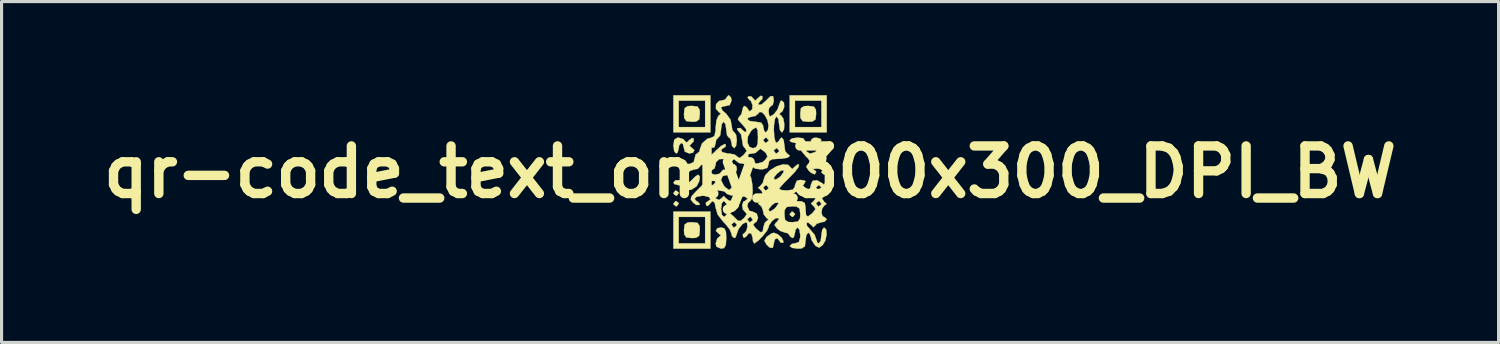
<source format=kicad_pcb>
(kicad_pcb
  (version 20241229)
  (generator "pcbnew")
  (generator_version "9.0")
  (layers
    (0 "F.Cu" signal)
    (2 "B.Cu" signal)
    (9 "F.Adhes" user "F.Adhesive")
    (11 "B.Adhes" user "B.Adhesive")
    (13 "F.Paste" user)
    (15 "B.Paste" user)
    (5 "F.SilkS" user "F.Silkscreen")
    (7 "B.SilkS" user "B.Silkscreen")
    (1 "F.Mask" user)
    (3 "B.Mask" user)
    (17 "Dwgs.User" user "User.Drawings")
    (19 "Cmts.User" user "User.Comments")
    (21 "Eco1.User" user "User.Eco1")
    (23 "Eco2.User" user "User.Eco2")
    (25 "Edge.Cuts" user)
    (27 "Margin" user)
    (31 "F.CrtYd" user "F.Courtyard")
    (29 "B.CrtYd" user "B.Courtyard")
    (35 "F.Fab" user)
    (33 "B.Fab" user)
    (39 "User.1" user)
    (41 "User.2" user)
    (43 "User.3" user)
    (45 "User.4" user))
  (footprint "qr-code_text_only_300x300_DPI_BW"
    (layer "F.Cu")
    (at 20.98 2.46)
    (property "Reference" "qr-code_text_only_300x300_DPI_BW" (at 0 0 0) (layer "F.SilkS") (effects (font (size 1.524 1.524) (thickness 0.3))))
    (attr through_hole)
    (fp_poly (pts (xy -2.288 0.657) (xy -2.286 0.677) (xy -2.35 0.76) (xy -2.371 0.762) (xy -2.453 0.698) (xy -2.455 0.677) (xy -2.391 0.595) (xy -2.371 0.593) (xy -2.288 0.657)) (stroke (width 0.01) (type solid)) (fill yes) (layer "F.SilkS"))
    (fp_poly (pts (xy -2.288 0.996) (xy -2.286 1.016) (xy -2.35 1.098) (xy -2.371 1.101) (xy -2.453 1.036) (xy -2.455 1.016) (xy -2.391 0.934) (xy -2.371 0.931) (xy -2.288 0.996)) (stroke (width 0.01) (type solid)) (fill yes) (layer "F.SilkS"))
    (fp_poly (pts (xy 1.437 1.334) (xy 1.439 1.355) (xy 1.375 1.437) (xy 1.355 1.439) (xy 1.272 1.375) (xy 1.27 1.355) (xy 1.334 1.272) (xy 1.355 1.27) (xy 1.437 1.334)) (stroke (width 0.01) (type solid)) (fill yes) (layer "F.SilkS"))
    (fp_poly (pts (xy 2.254 -1.065) (xy 2.286 -1.016) (xy 2.215 -0.947) (xy 2.117 -0.931) (xy 1.979 -0.967) (xy 1.947 -1.016) (xy 2.018 -1.085) (xy 2.117 -1.101) (xy 2.254 -1.065)) (stroke (width 0.01) (type solid)) (fill yes) (layer "F.SilkS"))
    (fp_poly (pts (xy 2.453 -0.02) (xy 2.455 0) (xy 2.391 0.082) (xy 2.371 0.085) (xy 2.288 0.02) (xy 2.286 0) (xy 2.35 -0.082) (xy 2.371 -0.085) (xy 2.453 -0.02)) (stroke (width 0.01) (type solid)) (fill yes) (layer "F.SilkS"))
    (fp_poly (pts (xy -1.27 -1.27) (xy -2.455 -1.27) (xy -2.455 -2.286) (xy -2.286 -2.286) (xy -2.286 -1.439) (xy -1.439 -1.439) (xy -1.439 -2.286) (xy -2.286 -2.286) (xy -2.455 -2.286) (xy -2.455 -2.455) (xy -1.27 -2.455) (xy -1.27 -1.27)) (stroke (width 0.01) (type solid)) (fill yes) (layer "F.SilkS"))
    (fp_poly (pts (xy -1.27 2.455) (xy -2.455 2.455) (xy -2.455 1.439) (xy -2.286 1.439) (xy -2.286 2.286) (xy -1.439 2.286) (xy -1.439 1.439) (xy -2.286 1.439) (xy -2.455 1.439) (xy -2.455 1.27) (xy -1.27 1.27) (xy -1.27 2.455)) (stroke (width 0.01) (type solid)) (fill yes) (layer "F.SilkS"))
    (fp_poly (pts (xy 2.455 -1.27) (xy 1.27 -1.27) (xy 1.27 -2.286) (xy 1.439 -2.286) (xy 1.439 -1.439) (xy 2.286 -1.439) (xy 2.286 -2.286) (xy 1.439 -2.286) (xy 1.27 -2.286) (xy 1.27 -2.455) (xy 2.455 -2.455) (xy 2.455 -1.27)) (stroke (width 0.01) (type solid)) (fill yes) (layer "F.SilkS"))
    (fp_poly (pts (xy -1.683 -2.096) (xy -1.616 -1.997) (xy -1.609 -1.863) (xy -1.63 -1.683) (xy -1.729 -1.616) (xy -1.863 -1.609) (xy -2.043 -1.63) (xy -2.109 -1.729) (xy -2.117 -1.863) (xy -2.096 -2.043) (xy -1.997 -2.109) (xy -1.863 -2.117) (xy -1.683 -2.096)) (stroke (width 0.01) (type solid)) (fill yes) (layer "F.SilkS"))
    (fp_poly (pts (xy -1.683 1.63) (xy -1.616 1.729) (xy -1.609 1.863) (xy -1.63 2.043) (xy -1.729 2.109) (xy -1.863 2.117) (xy -2.043 2.096) (xy -2.109 1.997) (xy -2.117 1.863) (xy -2.096 1.683) (xy -1.997 1.616) (xy -1.863 1.609) (xy -1.683 1.63)) (stroke (width 0.01) (type solid)) (fill yes) (layer "F.SilkS"))
    (fp_poly (pts (xy 2.043 -2.096) (xy 2.109 -1.997) (xy 2.117 -1.863) (xy 2.096 -1.683) (xy 1.997 -1.616) (xy 1.863 -1.609) (xy 1.683 -1.63) (xy 1.616 -1.729) (xy 1.609 -1.863) (xy 1.63 -2.043) (xy 1.729 -2.109) (xy 1.863 -2.117) (xy 2.043 -2.096)) (stroke (width 0.01) (type solid)) (fill yes) (layer "F.SilkS"))
    (fp_poly (pts (xy -0.821 1.806) (xy -0.772 1.921) (xy -0.762 2.117) (xy -0.776 2.338) (xy -0.834 2.436) (xy -0.931 2.455) (xy -1.074 2.395) (xy -1.101 2.293) (xy -1.052 2.134) (xy -0.995 2.081) (xy -0.933 2.026) (xy -0.995 1.983) (xy -1.096 1.887) (xy -1.049 1.802) (xy -0.931 1.778) (xy -0.821 1.806)) (stroke (width 0.01) (type solid)) (fill yes) (layer "F.SilkS"))
    (fp_poly (pts (xy 0.893 1.998) (xy 1.014 2.109) (xy 1.071 2.225) (xy 1.057 2.269) (xy 0.978 2.262) (xy 0.955 2.223) (xy 0.873 2.121) (xy 0.79 2.161) (xy 0.762 2.286) (xy 0.728 2.431) (xy 0.628 2.421) (xy 0.525 2.324) (xy 0.459 2.201) (xy 0.533 2.079) (xy 0.54 2.073) (xy 0.685 1.969) (xy 0.762 1.947) (xy 0.893 1.998)) (stroke (width 0.01) (type solid)) (fill yes) (layer "F.SilkS"))
    (fp_poly (pts (xy -1.609 0.147) (xy -1.626 0.288) (xy -1.7 0.438) (xy -1.73 0.472) (xy -1.881 0.567) (xy -2.031 0.588) (xy -2.114 0.53) (xy -2.117 0.508) (xy -2.188 0.439) (xy -2.286 0.423) (xy -2.424 0.388) (xy -2.455 0.339) (xy -2.392 0.267) (xy -2.255 0.26) (xy -2.128 0.312) (xy -2.093 0.36) (xy -2.022 0.393) (xy -1.885 0.275) (xy -1.749 0.14) (xy -1.662 0.085) (xy -1.609 0.147)) (stroke (width 0.01) (type solid)) (fill yes) (layer "F.SilkS"))
    (fp_poly (pts (xy -2.137 -1.052) (xy -2.088 -0.995) (xy -2.03 -0.94) (xy -1.958 -1.014) (xy -1.856 -1.088) (xy -1.806 -1.072) (xy -1.808 -0.979) (xy -1.865 -0.92) (xy -1.94 -0.838) (xy -1.884 -0.791) (xy -1.783 -0.702) (xy -1.826 -0.619) (xy -1.947 -0.593) (xy -2.089 -0.653) (xy -2.117 -0.762) (xy -2.152 -0.9) (xy -2.201 -0.931) (xy -2.27 -0.86) (xy -2.286 -0.762) (xy -2.321 -0.624) (xy -2.371 -0.593) (xy -2.43 -0.666) (xy -2.455 -0.844) (xy -2.455 -0.847) (xy -2.428 -1.034) (xy -2.327 -1.099) (xy -2.293 -1.101) (xy -2.137 -1.052)) (stroke (width 0.01) (type solid)) (fill yes) (layer "F.SilkS"))
    (fp_poly (pts (xy 1.704 -1.08) (xy 1.77 -0.981) (xy 1.778 -0.847) (xy 1.806 -0.659) (xy 1.906 -0.595) (xy 1.94 -0.593) (xy 2.092 -0.64) (xy 2.138 -0.698) (xy 2.199 -0.746) (xy 2.314 -0.661) (xy 2.446 -0.469) (xy 2.429 -0.327) (xy 2.267 -0.257) (xy 2.201 -0.254) (xy 2.023 -0.229) (xy 1.947 -0.17) (xy 1.947 -0.169) (xy 2.012 -0.087) (xy 2.032 -0.085) (xy 2.114 -0.02) (xy 2.117 0) (xy 2.071 0.078) (xy 1.955 0.026) (xy 1.872 -0.054) (xy 1.798 -0.171) (xy 1.855 -0.249) (xy 1.869 -0.258) (xy 1.926 -0.333) (xy 1.854 -0.439) (xy 1.796 -0.492) (xy 1.783 -0.508) (xy 2.117 -0.508) (xy 2.181 -0.426) (xy 2.201 -0.423) (xy 2.284 -0.488) (xy 2.286 -0.508) (xy 2.222 -0.59) (xy 2.201 -0.593) (xy 2.119 -0.528) (xy 2.117 -0.508) (xy 1.783 -0.508) (xy 1.659 -0.655) (xy 1.609 -0.793) (xy 1.538 -0.908) (xy 1.439 -0.931) (xy 1.302 -0.967) (xy 1.27 -1.016) (xy 1.344 -1.075) (xy 1.521 -1.101) (xy 1.524 -1.101) (xy 1.704 -1.08)) (stroke (width 0.01) (type solid)) (fill yes) (layer "F.SilkS"))
    (fp_poly (pts (xy -0.609 -2.384) (xy -0.593 -2.286) (xy -0.653 -2.144) (xy -0.762 -2.117) (xy -0.9 -2.089) (xy -0.931 -2.051) (xy -0.87 -1.956) (xy -0.762 -1.863) (xy -0.625 -1.675) (xy -0.593 -1.505) (xy -0.566 -1.335) (xy -0.508 -1.27) (xy -0.449 -1.196) (xy -0.423 -1.019) (xy -0.423 -1.016) (xy -0.448 -0.838) (xy -0.507 -0.762) (xy -0.508 -0.762) (xy -0.577 -0.833) (xy -0.593 -0.931) (xy -0.628 -1.069) (xy -0.677 -1.101) (xy -0.737 -1.174) (xy -0.762 -1.352) (xy -0.762 -1.355) (xy -0.787 -1.533) (xy -0.846 -1.609) (xy -0.847 -1.609) (xy -0.906 -1.535) (xy -0.931 -1.358) (xy -0.931 -1.355) (xy -0.956 -1.176) (xy -1.015 -1.101) (xy -1.016 -1.101) (xy -1.085 -1.03) (xy -1.101 -0.931) (xy -1.142 -0.789) (xy -1.228 -0.774) (xy -1.294 -0.868) (xy -1.368 -0.925) (xy -1.404 -0.906) (xy -1.408 -0.812) (xy -1.352 -0.757) (xy -1.27 -0.68) (xy -1.341 -0.604) (xy -1.352 -0.597) (xy -1.43 -0.503) (xy -1.418 -0.459) (xy -1.332 -0.479) (xy -1.18 -0.598) (xy -1.101 -0.677) (xy -0.934 -0.83) (xy -0.811 -0.896) (xy -0.781 -0.889) (xy -0.786 -0.809) (xy -0.826 -0.786) (xy -0.93 -0.71) (xy -0.891 -0.636) (xy -0.732 -0.594) (xy -0.684 -0.593) (xy -0.496 -0.561) (xy -0.402 -0.488) (xy -0.337 -0.446) (xy -0.206 -0.544) (xy -0.187 -0.569) (xy -0.062 -0.569) (xy -0.057 -0.481) (xy 0.021 -0.381) (xy 0.206 -0.266) (xy 0.403 -0.318) (xy 0.478 -0.381) (xy 0.558 -0.492) (xy 0.513 -0.597) (xy 0.457 -0.655) (xy 0.427 -0.677) (xy 0.762 -0.677) (xy 0.826 -0.595) (xy 0.847 -0.593) (xy 0.929 -0.657) (xy 0.931 -0.677) (xy 0.867 -0.76) (xy 0.847 -0.762) (xy 0.764 -0.698) (xy 0.762 -0.677) (xy 0.427 -0.677) (xy 0.334 -0.745) (xy 0.275 -0.698) (xy 0.172 -0.61) (xy 0.078 -0.593) (xy -0.062 -0.569) (xy -0.187 -0.569) (xy -0.107 -0.677) (xy -0.149 -0.741) (xy -0.225 -0.842) (xy -0.243 -0.951) (xy -0.085 -0.951) (xy -0.021 -0.805) (xy 0.085 -0.762) (xy 0.195 -0.79) (xy 0.244 -0.905) (xy 0.25 -1.016) (xy 0.423 -1.016) (xy 0.488 -0.934) (xy 0.508 -0.931) (xy 0.59 -0.996) (xy 0.593 -1.016) (xy 0.528 -1.098) (xy 0.508 -1.101) (xy 0.426 -1.036) (xy 0.423 -1.016) (xy 0.25 -1.016) (xy 0.254 -1.101) (xy 0.243 -1.339) (xy 0.197 -1.426) (xy 0.101 -1.379) (xy 0.036 -1.318) (xy -0.068 -1.142) (xy -0.085 -0.951) (xy -0.243 -0.951) (xy -0.254 -1.016) (xy -0.287 -1.202) (xy -0.36 -1.294) (xy -0.417 -1.368) (xy -0.398 -1.404) (xy -0.305 -1.408) (xy -0.254 -1.355) (xy -0.161 -1.28) (xy -0.118 -1.293) (xy -0.132 -1.383) (xy -0.247 -1.522) (xy -0.262 -1.535) (xy -0.388 -1.68) (xy -0.383 -1.693) (xy -0.085 -1.693) (xy -0.011 -1.634) (xy 0.166 -1.609) (xy 0.169 -1.609) (xy 0.355 -1.582) (xy 0.421 -1.483) (xy 0.423 -1.439) (xy 0.459 -1.302) (xy 0.508 -1.27) (xy 0.571 -1.343) (xy 0.593 -1.488) (xy 0.557 -1.663) (xy 0.473 -1.82) (xy 0.374 -1.919) (xy 0.293 -1.917) (xy 0.275 -1.883) (xy 0.172 -1.795) (xy 0.078 -1.778) (xy -0.056 -1.741) (xy -0.085 -1.693) (xy -0.383 -1.693) (xy -0.361 -1.754) (xy -0.36 -1.754) (xy -0.271 -1.86) (xy -0.254 -1.954) (xy -0.217 -2.088) (xy -0.169 -2.117) (xy -0.087 -2.052) (xy -0.085 -2.032) (xy -0.02 -1.95) (xy 0 -1.947) (xy 0.071 -2.011) (xy 0.079 -2.147) (xy 0.027 -2.275) (xy -0.021 -2.31) (xy -0.078 -2.384) (xy -0.059 -2.42) (xy 0.035 -2.424) (xy 0.089 -2.368) (xy 0.167 -2.286) (xy 0.242 -2.357) (xy 0.249 -2.368) (xy 0.347 -2.443) (xy 0.395 -2.427) (xy 0.393 -2.336) (xy 0.339 -2.286) (xy 0.264 -2.193) (xy 0.277 -2.15) (xy 0.368 -2.162) (xy 0.496 -2.272) (xy 0.652 -2.425) (xy 0.736 -2.431) (xy 0.762 -2.292) (xy 0.762 -2.286) (xy 0.727 -2.148) (xy 0.677 -2.117) (xy 0.609 -2.046) (xy 0.593 -1.947) (xy 0.613 -1.81) (xy 0.641 -1.778) (xy 0.758 -1.845) (xy 0.875 -1.993) (xy 0.931 -2.146) (xy 0.931 -2.153) (xy 0.975 -2.269) (xy 1.016 -2.286) (xy 1.087 -2.222) (xy 1.094 -2.084) (xy 1.042 -1.951) (xy 0.995 -1.912) (xy 0.933 -1.856) (xy 0.995 -1.813) (xy 1.065 -1.712) (xy 1.097 -1.541) (xy 1.088 -1.371) (xy 1.035 -1.274) (xy 1.016 -1.27) (xy 0.957 -1.344) (xy 0.931 -1.521) (xy 0.931 -1.524) (xy 0.907 -1.702) (xy 0.848 -1.778) (xy 0.847 -1.778) (xy 0.798 -1.702) (xy 0.768 -1.507) (xy 0.762 -1.355) (xy 0.777 -1.113) (xy 0.816 -0.96) (xy 0.847 -0.931) (xy 0.929 -0.996) (xy 0.931 -1.016) (xy 0.996 -1.098) (xy 1.016 -1.101) (xy 1.075 -1.027) (xy 1.101 -0.85) (xy 1.101 -0.847) (xy 1.125 -0.668) (xy 1.184 -0.593) (xy 1.185 -0.593) (xy 1.268 -0.528) (xy 1.27 -0.508) (xy 1.195 -0.455) (xy 1.007 -0.425) (xy 0.931 -0.423) (xy 0.71 -0.409) (xy 0.612 -0.352) (xy 0.593 -0.254) (xy 0.553 -0.13) (xy 0.404 -0.086) (xy 0.339 -0.085) (xy 0.16 -0.109) (xy 0.085 -0.168) (xy 0.085 -0.169) (xy 0.011 -0.229) (xy -0.162 -0.254) (xy -0.353 -0.287) (xy -0.452 -0.36) (xy -0.512 -0.414) (xy -0.593 -0.339) (xy -0.683 -0.262) (xy -0.733 -0.318) (xy -0.841 -0.417) (xy -0.987 -0.412) (xy -1.089 -0.315) (xy -1.101 -0.254) (xy -1.136 -0.116) (xy -1.185 -0.085) (xy -1.268 -0.02) (xy -1.27 0) (xy -1.199 0.069) (xy -1.101 0.085) (xy -0.963 0.049) (xy -0.931 0) (xy -0.86 -0.069) (xy -0.762 -0.085) (xy -0.624 -0.12) (xy -0.593 -0.169) (xy -0.528 -0.252) (xy -0.508 -0.254) (xy -0.439 -0.183) (xy -0.423 -0.085) (xy -0.463 0.039) (xy -0.612 0.083) (xy -0.677 0.085) (xy -0.876 0.131) (xy -0.932 0.257) (xy -0.84 0.438) (xy -0.79 0.492) (xy -0.671 0.578) (xy -0.614 0.528) (xy -0.511 0.441) (xy -0.416 0.423) (xy -0.297 0.38) (xy -0.255 0.223) (xy -0.254 0.169) (xy -0.237 -0.029) (xy -0.174 -0.072) (xy -0.044 0.028) (xy -0.036 0.036) (xy 0.03 0.173) (xy 0.071 0.388) (xy 0.084 0.624) (xy 0.067 0.822) (xy 0.017 0.927) (xy 0 0.931) (xy -0.069 1.002) (xy -0.085 1.101) (xy -0.025 1.242) (xy 0.085 1.27) (xy 0.213 1.333) (xy 0.258 1.468) (xy 0.206 1.596) (xy 0.149 1.63) (xy 0.1 1.691) (xy 0.185 1.806) (xy 0.334 1.929) (xy 0.407 1.911) (xy 0.423 1.785) (xy 0.472 1.626) (xy 0.529 1.573) (xy 0.591 1.518) (xy 0.529 1.475) (xy 0.439 1.358) (xy 0.438 1.355) (xy 1.101 1.355) (xy 1.122 1.535) (xy 1.221 1.601) (xy 1.355 1.609) (xy 1.535 1.588) (xy 1.601 1.489) (xy 1.609 1.355) (xy 1.588 1.175) (xy 1.489 1.108) (xy 1.355 1.101) (xy 1.175 1.122) (xy 1.108 1.221) (xy 1.101 1.355) (xy 0.438 1.355) (xy 0.423 1.27) (xy 0.408 1.222) (xy 0.593 1.222) (xy 0.641 1.267) (xy 0.768 1.189) (xy 0.82 1.139) (xy 0.905 1.017) (xy 0.903 0.96) (xy 0.82 0.975) (xy 0.699 1.066) (xy 0.607 1.177) (xy 0.593 1.222) (xy 0.408 1.222) (xy 0.372 1.114) (xy 0.318 1.065) (xy 0.255 1.01) (xy 0.318 0.967) (xy 0.408 0.85) (xy 0.423 0.762) (xy 0.372 0.606) (xy 0.318 0.557) (xy 0.262 0.508) (xy 0.423 0.508) (xy 0.488 0.59) (xy 0.508 0.593) (xy 0.59 0.528) (xy 0.593 0.508) (xy 0.528 0.426) (xy 0.508 0.423) (xy 0.426 0.488) (xy 0.423 0.508) (xy 0.262 0.508) (xy 0.255 0.502) (xy 0.318 0.459) (xy 0.414 0.34) (xy 0.423 0.285) (xy 0.451 0.206) (xy 0.762 0.206) (xy 0.81 0.251) (xy 0.937 0.173) (xy 0.99 0.123) (xy 1.074 0.001) (xy 1.072 -0.056) (xy 0.989 -0.041) (xy 0.868 0.05) (xy 0.776 0.161) (xy 0.762 0.206) (xy 0.451 0.206) (xy 0.485 0.106) (xy 0.642 -0.057) (xy 0.848 -0.181) (xy 1.058 -0.245) (xy 1.227 -0.226) (xy 1.299 -0.148) (xy 1.356 -0.093) (xy 1.428 -0.167) (xy 1.527 -0.245) (xy 1.572 -0.234) (xy 1.548 -0.15) (xy 1.426 0.009) (xy 1.281 0.159) (xy 1.091 0.349) (xy 0.964 0.491) (xy 0.931 0.544) (xy 1.005 0.578) (xy 1.183 0.593) (xy 1.185 0.593) (xy 1.371 0.566) (xy 1.437 0.467) (xy 1.439 0.423) (xy 1.499 0.282) (xy 1.609 0.254) (xy 1.746 0.273) (xy 1.778 0.3) (xy 1.715 0.409) (xy 1.567 0.556) (xy 1.392 0.689) (xy 1.25 0.76) (xy 1.232 0.762) (xy 1.116 0.807) (xy 1.101 0.847) (xy 1.176 0.9) (xy 1.363 0.929) (xy 1.439 0.931) (xy 1.656 0.941) (xy 1.753 0.996) (xy 1.777 1.131) (xy 1.778 1.185) (xy 1.794 1.383) (xy 1.858 1.425) (xy 1.992 1.322) (xy 2.009 1.305) (xy 2.097 1.189) (xy 2.052 1.107) (xy 2.025 1.087) (xy 1.961 1.016) (xy 2.117 1.016) (xy 2.181 1.098) (xy 2.201 1.101) (xy 2.284 1.036) (xy 2.286 1.016) (xy 2.222 0.934) (xy 2.201 0.931) (xy 2.119 0.996) (xy 2.117 1.016) (xy 1.961 1.016) (xy 1.953 1.007) (xy 2.011 0.96) (xy 2.09 0.866) (xy 2.115 0.723) (xy 2.082 0.611) (xy 2.039 0.593) (xy 1.943 0.659) (xy 1.924 0.699) (xy 1.849 0.753) (xy 1.811 0.729) (xy 1.8 0.642) (xy 1.841 0.616) (xy 1.93 0.511) (xy 1.931 0.508) (xy 2.117 0.508) (xy 2.181 0.59) (xy 2.201 0.593) (xy 2.284 0.528) (xy 2.286 0.508) (xy 2.222 0.426) (xy 2.201 0.423) (xy 2.119 0.488) (xy 2.117 0.508) (xy 1.931 0.508) (xy 1.947 0.416) (xy 2.004 0.284) (xy 2.143 0.265) (xy 2.32 0.363) (xy 2.355 0.395) (xy 2.441 0.515) (xy 2.391 0.572) (xy 2.302 0.674) (xy 2.297 0.833) (xy 2.376 0.958) (xy 2.392 0.967) (xy 2.454 1.022) (xy 2.392 1.065) (xy 2.311 1.165) (xy 2.288 1.311) (xy 2.327 1.422) (xy 2.371 1.439) (xy 2.453 1.504) (xy 2.455 1.524) (xy 2.385 1.594) (xy 2.293 1.609) (xy 2.137 1.657) (xy 2.088 1.714) (xy 2.03 1.769) (xy 1.958 1.696) (xy 1.859 1.619) (xy 1.811 1.632) (xy 1.823 1.723) (xy 1.934 1.851) (xy 2.069 2.013) (xy 2.117 2.148) (xy 2.159 2.267) (xy 2.201 2.286) (xy 2.261 2.212) (xy 2.286 2.035) (xy 2.286 2.032) (xy 2.311 1.854) (xy 2.37 1.778) (xy 2.371 1.778) (xy 2.439 1.846) (xy 2.452 2.006) (xy 2.413 2.193) (xy 2.328 2.34) (xy 2.213 2.424) (xy 2.107 2.372) (xy 2.074 2.34) (xy 1.969 2.176) (xy 1.947 2.08) (xy 1.903 1.964) (xy 1.863 1.947) (xy 1.803 2.021) (xy 1.778 2.198) (xy 1.778 2.201) (xy 1.757 2.381) (xy 1.658 2.448) (xy 1.524 2.455) (xy 1.346 2.431) (xy 1.27 2.372) (xy 1.27 2.371) (xy 1.341 2.302) (xy 1.439 2.286) (xy 1.563 2.246) (xy 1.607 2.098) (xy 1.609 2.032) (xy 1.584 1.854) (xy 1.525 1.778) (xy 1.524 1.778) (xy 1.455 1.849) (xy 1.439 1.947) (xy 1.404 2.085) (xy 1.355 2.117) (xy 1.272 2.052) (xy 1.27 2.032) (xy 1.201 1.958) (xy 1.137 1.947) (xy 0.973 1.891) (xy 0.869 1.813) (xy 0.783 1.698) (xy 0.829 1.621) (xy 0.852 1.606) (xy 0.924 1.515) (xy 0.912 1.476) (xy 0.82 1.482) (xy 0.699 1.577) (xy 0.609 1.709) (xy 0.593 1.776) (xy 0.539 1.887) (xy 0.411 2.047) (xy 0.264 2.198) (xy 0.148 2.282) (xy 0.131 2.286) (xy 0.093 2.215) (xy 0.085 2.117) (xy 0.043 1.975) (xy -0.043 1.959) (xy -0.108 2.053) (xy -0.183 2.108) (xy -0.221 2.084) (xy -0.232 1.996) (xy -0.191 1.971) (xy -0.118 1.885) (xy -0.083 1.745) (xy -0.098 1.631) (xy -0.133 1.609) (xy -0.25 1.675) (xy -0.367 1.824) (xy -0.423 1.977) (xy -0.423 1.984) (xy -0.467 2.1) (xy -0.508 2.117) (xy -0.582 2.048) (xy -0.593 1.981) (xy -0.651 1.841) (xy -0.768 1.693) (xy -0.593 1.693) (xy -0.528 1.776) (xy -0.508 1.778) (xy -0.426 1.714) (xy -0.423 1.693) (xy -0.488 1.611) (xy -0.508 1.609) (xy -0.59 1.673) (xy -0.593 1.693) (xy -0.768 1.693) (xy -0.796 1.659) (xy -0.847 1.609) (xy -1.036 1.368) (xy -1.101 1.151) (xy -1.134 0.982) (xy -1.209 0.932) (xy -1.288 1.022) (xy -1.294 1.037) (xy -1.368 1.092) (xy -1.407 1.068) (xy -1.417 0.98) (xy -1.376 0.955) (xy -1.271 0.88) (xy -1.31 0.806) (xy -1.469 0.764) (xy -1.524 0.762) (xy -1.709 0.792) (xy -1.78 0.86) (xy -1.712 0.938) (xy -1.672 0.955) (xy -1.611 1.025) (xy -1.626 1.057) (xy -1.723 1.056) (xy -1.821 0.985) (xy -1.9 0.883) (xy -1.879 0.786) (xy -1.745 0.636) (xy -1.738 0.63) (xy -1.519 0.411) (xy -1.261 0.687) (xy -1.092 0.851) (xy -0.99 0.896) (xy -0.918 0.841) (xy -0.838 0.768) (xy -0.791 0.826) (xy -0.681 0.914) (xy -0.586 0.931) (xy -0.452 0.968) (xy -0.423 1.016) (xy -0.494 1.085) (xy -0.593 1.101) (xy -0.73 1.065) (xy -0.762 1.016) (xy -0.826 0.934) (xy -0.847 0.931) (xy -0.906 1.005) (xy -0.931 1.182) (xy -0.931 1.185) (xy -0.902 1.371) (xy -0.833 1.441) (xy -0.755 1.373) (xy -0.738 1.333) (xy -0.666 1.303) (xy -0.524 1.426) (xy -0.523 1.427) (xy -0.392 1.558) (xy -0.303 1.569) (xy -0.25 1.524) (xy -0.085 1.524) (xy -0.02 1.606) (xy 0 1.609) (xy 0.082 1.544) (xy 0.085 1.524) (xy 0.02 1.442) (xy 0 1.439) (xy -0.082 1.504) (xy -0.085 1.524) (xy -0.25 1.524) (xy -0.194 1.477) (xy -0.103 1.351) (xy -0.149 1.291) (xy -0.229 1.202) (xy -0.252 1.061) (xy -0.214 0.95) (xy -0.169 0.931) (xy -0.087 0.867) (xy -0.085 0.847) (xy -0.16 0.794) (xy -0.347 0.764) (xy -0.423 0.762) (xy -0.635 0.743) (xy -0.753 0.696) (xy -0.762 0.677) (xy -0.836 0.618) (xy -1.013 0.593) (xy -1.016 0.593) (xy -1.201 0.563) (xy -1.272 0.494) (xy -1.204 0.417) (xy -1.164 0.4) (xy -1.107 0.325) (xy -1.126 0.289) (xy -1.219 0.285) (xy -1.27 0.339) (xy -1.365 0.411) (xy -1.411 0.395) (xy -1.409 0.303) (xy -1.352 0.249) (xy -1.271 0.171) (xy -1.338 0.09) (xy -1.355 0.078) (xy -1.431 -0.007) (xy -1.376 -0.056) (xy -1.275 -0.144) (xy -1.318 -0.228) (xy -1.439 -0.254) (xy -1.577 -0.219) (xy -1.609 -0.169) (xy -1.679 -0.1) (xy -1.771 -0.085) (xy -1.922 -0.038) (xy -1.968 0.019) (xy -2.042 0.041) (xy -2.197 -0.073) (xy -2.229 -0.104) (xy -2.398 -0.286) (xy -2.442 -0.383) (xy -2.367 -0.42) (xy -2.286 -0.423) (xy -2.148 -0.388) (xy -2.117 -0.339) (xy -2.046 -0.27) (xy -1.947 -0.254) (xy -1.806 -0.314) (xy -1.778 -0.423) (xy -1.743 -0.561) (xy -1.693 -0.593) (xy -1.619 -0.662) (xy -1.609 -0.726) (xy -1.537 -0.917) (xy -1.37 -1.063) (xy -1.234 -1.101) (xy -1.142 -1.151) (xy -1.104 -1.323) (xy -1.101 -1.432) (xy -1.076 -1.656) (xy -1.015 -1.798) (xy -0.995 -1.813) (xy -0.933 -1.869) (xy -0.995 -1.912) (xy -1.094 -2.027) (xy -1.089 -2.174) (xy -0.991 -2.275) (xy -0.931 -2.286) (xy -0.794 -2.321) (xy -0.762 -2.371) (xy -0.698 -2.453) (xy -0.677 -2.455) (xy -0.609 -2.384)) (stroke (width 0.01) (type solid)) (fill yes) (layer "F.SilkS")))
  (gr_rect
    (start -3 -3)
    (end 44.961 7.921)
    (stroke (width 0.1) (type default))
    (fill no)
    (layer "Edge.Cuts")))
</source>
